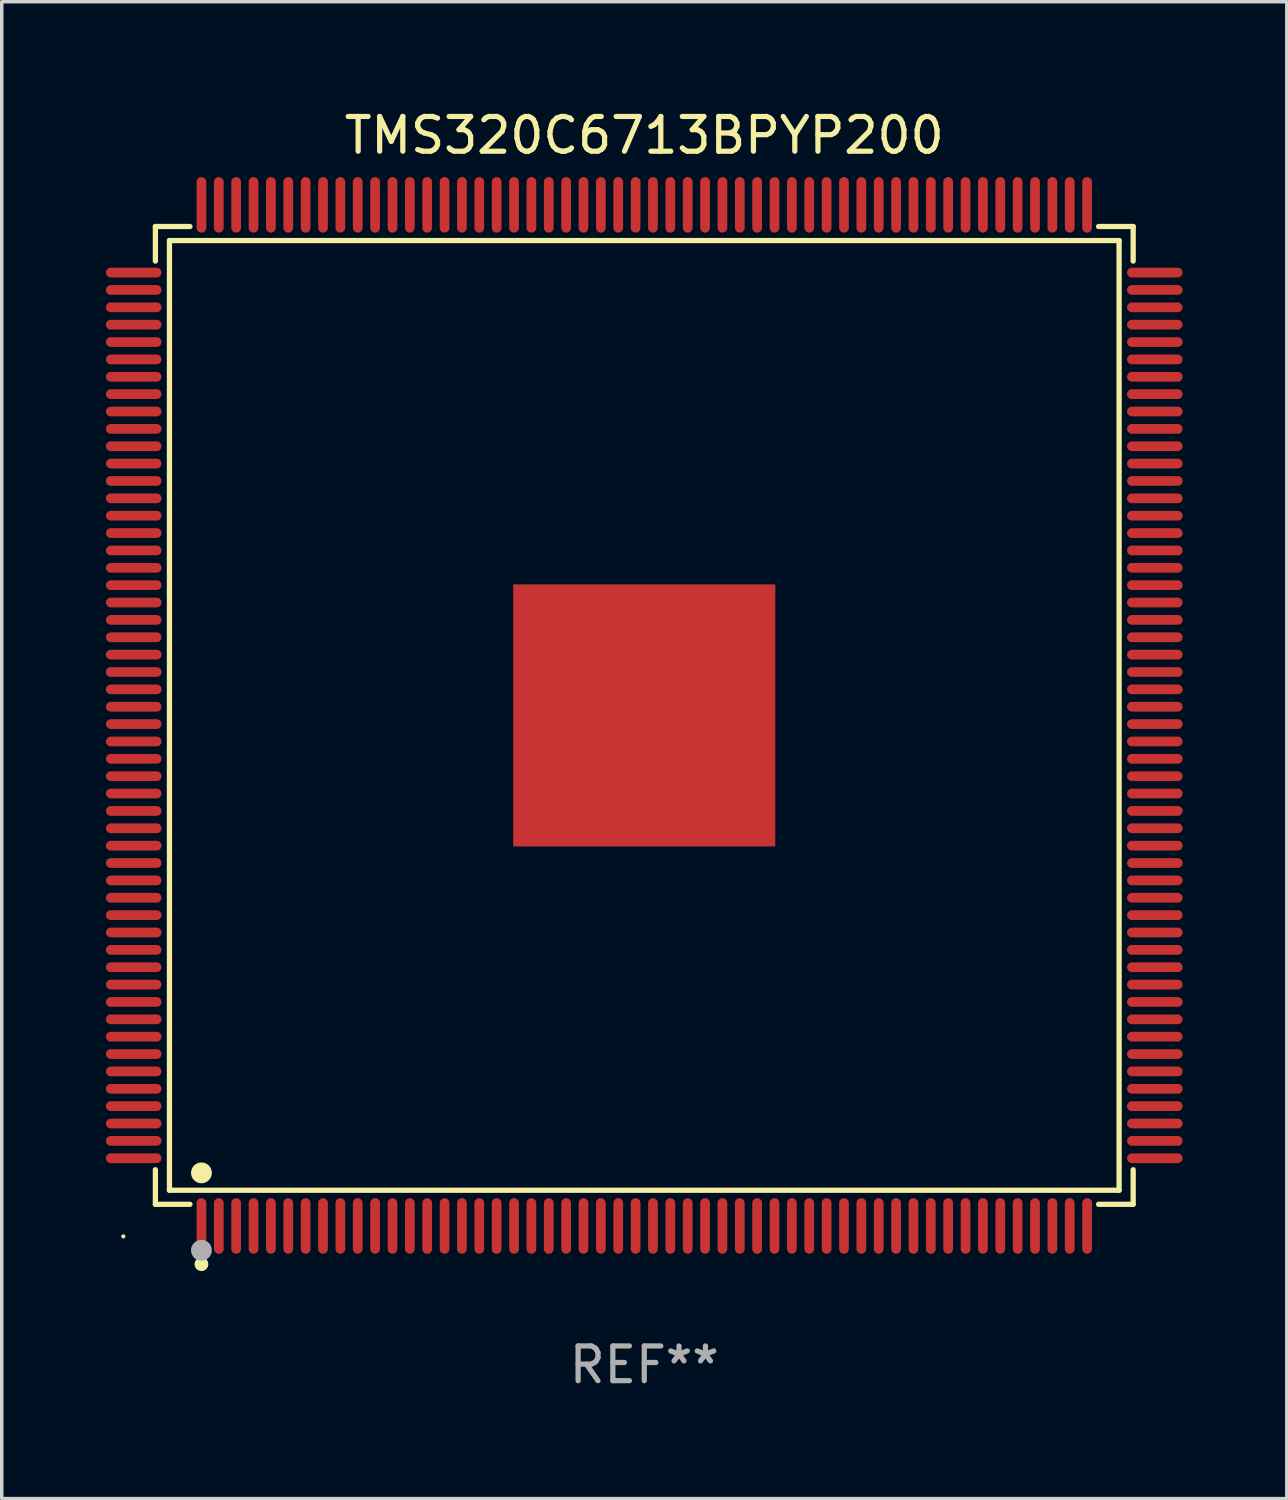
<source format=kicad_pcb>
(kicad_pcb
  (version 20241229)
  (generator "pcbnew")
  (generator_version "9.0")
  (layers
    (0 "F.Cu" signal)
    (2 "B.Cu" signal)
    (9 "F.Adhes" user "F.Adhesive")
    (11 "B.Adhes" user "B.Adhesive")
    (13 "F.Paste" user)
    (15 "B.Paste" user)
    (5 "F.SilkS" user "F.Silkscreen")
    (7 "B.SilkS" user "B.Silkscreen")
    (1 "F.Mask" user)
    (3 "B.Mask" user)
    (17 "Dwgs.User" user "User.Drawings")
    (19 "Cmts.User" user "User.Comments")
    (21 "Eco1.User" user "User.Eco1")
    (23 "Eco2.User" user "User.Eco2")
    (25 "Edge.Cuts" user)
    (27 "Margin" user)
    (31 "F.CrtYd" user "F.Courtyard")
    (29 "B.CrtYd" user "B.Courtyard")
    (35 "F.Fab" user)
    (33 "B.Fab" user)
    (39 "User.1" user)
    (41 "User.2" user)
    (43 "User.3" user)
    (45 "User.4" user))
  (footprint "TMS320C6713BPYP200"
    (layer "F.Cu")
    (at 15.5 17.548)
    (property "Reference" "TMS320C6713BPYP200" (at 0 -16.7 0) (layer "F.SilkS") (effects (font (size 1 1) (thickness 0.15))))
    (attr through_hole)
    (fp_line (start -14.076 -14.076) (end -13.081 -14.076) (stroke (width 0.152) (type solid)) (layer "F.SilkS"))
    (fp_line (start -14.076 -13.081) (end -14.076 -14.076) (stroke (width 0.152) (type solid)) (layer "F.SilkS"))
    (fp_line (start -14.076 13.081) (end -14.076 14.076) (stroke (width 0.152) (type solid)) (layer "F.SilkS"))
    (fp_line (start -14.076 14.076) (end -13.081 14.076) (stroke (width 0.152) (type solid)) (layer "F.SilkS"))
    (fp_line (start -13.671 -13.671) (end 13.671 -13.671) (stroke (width 0.152) (type solid)) (layer "F.SilkS"))
    (fp_line (start -13.671 13.671) (end -13.671 -13.671) (stroke (width 0.152) (type solid)) (layer "F.SilkS"))
    (fp_line (start 13.671 -13.671) (end 13.671 13.671) (stroke (width 0.152) (type solid)) (layer "F.SilkS"))
    (fp_line (start 13.671 13.671) (end -13.671 13.671) (stroke (width 0.152) (type solid)) (layer "F.SilkS"))
    (fp_line (start 14.076 -14.076) (end 13.081 -14.076) (stroke (width 0.152) (type solid)) (layer "F.SilkS"))
    (fp_line (start 14.076 -13.081) (end 14.076 -14.076) (stroke (width 0.152) (type solid)) (layer "F.SilkS"))
    (fp_line (start 14.076 13.081) (end 14.076 14.076) (stroke (width 0.152) (type solid)) (layer "F.SilkS"))
    (fp_line (start 14.076 14.076) (end 13.081 14.076) (stroke (width 0.152) (type solid)) (layer "F.SilkS"))
    (fp_circle (center -15 15) (end -14.97 15) (stroke (width 0.06) (type solid)) (fill no) (layer "F.SilkS"))
    (fp_circle (center -12.75 13.171) (end -12.6 13.171) (stroke (width 0.3) (type solid)) (fill no) (layer "F.SilkS"))
    (fp_circle (center -12.75 15.8) (end -12.65 15.8) (stroke (width 0.2) (type solid)) (fill no) (layer "F.SilkS"))
    (fp_circle (center -12.75 15.4) (end -12.6 15.4) (stroke (width 0.3) (type solid)) (fill no) (layer "F.Fab"))
    (fp_text user "REF**" (at 0 18.7 0) (layer "F.Fab") (effects (font (size 1 1) (thickness 0.15))))
    (pad "1" smd oval (at -12.75 14.7) (size 0.28 1.6) (layers "F.Cu" "F.Mask" "F.Paste"))
    (pad "2" smd oval (at -12.25 14.7) (size 0.28 1.6) (layers "F.Cu" "F.Mask" "F.Paste"))
    (pad "3" smd oval (at -11.75 14.7) (size 0.28 1.6) (layers "F.Cu" "F.Mask" "F.Paste"))
    (pad "4" smd oval (at -11.25 14.7) (size 0.28 1.6) (layers "F.Cu" "F.Mask" "F.Paste"))
    (pad "5" smd oval (at -10.75 14.7) (size 0.28 1.6) (layers "F.Cu" "F.Mask" "F.Paste"))
    (pad "6" smd oval (at -10.25 14.7) (size 0.28 1.6) (layers "F.Cu" "F.Mask" "F.Paste"))
    (pad "7" smd oval (at -9.75 14.7) (size 0.28 1.6) (layers "F.Cu" "F.Mask" "F.Paste"))
    (pad "8" smd oval (at -9.25 14.7) (size 0.28 1.6) (layers "F.Cu" "F.Mask" "F.Paste"))
    (pad "9" smd oval (at -8.75 14.7) (size 0.28 1.6) (layers "F.Cu" "F.Mask" "F.Paste"))
    (pad "10" smd oval (at -8.25 14.7) (size 0.28 1.6) (layers "F.Cu" "F.Mask" "F.Paste"))
    (pad "11" smd oval (at -7.75 14.7) (size 0.28 1.6) (layers "F.Cu" "F.Mask" "F.Paste"))
    (pad "12" smd oval (at -7.25 14.7) (size 0.28 1.6) (layers "F.Cu" "F.Mask" "F.Paste"))
    (pad "13" smd oval (at -6.75 14.7) (size 0.28 1.6) (layers "F.Cu" "F.Mask" "F.Paste"))
    (pad "14" smd oval (at -6.25 14.7) (size 0.28 1.6) (layers "F.Cu" "F.Mask" "F.Paste"))
    (pad "15" smd oval (at -5.75 14.7) (size 0.28 1.6) (layers "F.Cu" "F.Mask" "F.Paste"))
    (pad "16" smd oval (at -5.25 14.7) (size 0.28 1.6) (layers "F.Cu" "F.Mask" "F.Paste"))
    (pad "17" smd oval (at -4.75 14.7) (size 0.28 1.6) (layers "F.Cu" "F.Mask" "F.Paste"))
    (pad "18" smd oval (at -4.25 14.7) (size 0.28 1.6) (layers "F.Cu" "F.Mask" "F.Paste"))
    (pad "19" smd oval (at -3.75 14.7) (size 0.28 1.6) (layers "F.Cu" "F.Mask" "F.Paste"))
    (pad "20" smd oval (at -3.25 14.7) (size 0.28 1.6) (layers "F.Cu" "F.Mask" "F.Paste"))
    (pad "21" smd oval (at -2.75 14.7) (size 0.28 1.6) (layers "F.Cu" "F.Mask" "F.Paste"))
    (pad "22" smd oval (at -2.25 14.7) (size 0.28 1.6) (layers "F.Cu" "F.Mask" "F.Paste"))
    (pad "23" smd oval (at -1.75 14.7) (size 0.28 1.6) (layers "F.Cu" "F.Mask" "F.Paste"))
    (pad "24" smd oval (at -1.25 14.7) (size 0.28 1.6) (layers "F.Cu" "F.Mask" "F.Paste"))
    (pad "25" smd oval (at -0.75 14.7) (size 0.28 1.6) (layers "F.Cu" "F.Mask" "F.Paste"))
    (pad "26" smd oval (at -0.25 14.7) (size 0.28 1.6) (layers "F.Cu" "F.Mask" "F.Paste"))
    (pad "27" smd oval (at 0.25 14.7) (size 0.28 1.6) (layers "F.Cu" "F.Mask" "F.Paste"))
    (pad "28" smd oval (at 0.75 14.7) (size 0.28 1.6) (layers "F.Cu" "F.Mask" "F.Paste"))
    (pad "29" smd oval (at 1.25 14.7) (size 0.28 1.6) (layers "F.Cu" "F.Mask" "F.Paste"))
    (pad "30" smd oval (at 1.75 14.7) (size 0.28 1.6) (layers "F.Cu" "F.Mask" "F.Paste"))
    (pad "31" smd oval (at 2.25 14.7) (size 0.28 1.6) (layers "F.Cu" "F.Mask" "F.Paste"))
    (pad "32" smd oval (at 2.75 14.7) (size 0.28 1.6) (layers "F.Cu" "F.Mask" "F.Paste"))
    (pad "33" smd oval (at 3.25 14.7) (size 0.28 1.6) (layers "F.Cu" "F.Mask" "F.Paste"))
    (pad "34" smd oval (at 3.75 14.7) (size 0.28 1.6) (layers "F.Cu" "F.Mask" "F.Paste"))
    (pad "35" smd oval (at 4.25 14.7) (size 0.28 1.6) (layers "F.Cu" "F.Mask" "F.Paste"))
    (pad "36" smd oval (at 4.75 14.7) (size 0.28 1.6) (layers "F.Cu" "F.Mask" "F.Paste"))
    (pad "37" smd oval (at 5.25 14.7) (size 0.28 1.6) (layers "F.Cu" "F.Mask" "F.Paste"))
    (pad "38" smd oval (at 5.75 14.7) (size 0.28 1.6) (layers "F.Cu" "F.Mask" "F.Paste"))
    (pad "39" smd oval (at 6.25 14.7) (size 0.28 1.6) (layers "F.Cu" "F.Mask" "F.Paste"))
    (pad "40" smd oval (at 6.75 14.7) (size 0.28 1.6) (layers "F.Cu" "F.Mask" "F.Paste"))
    (pad "41" smd oval (at 7.25 14.7) (size 0.28 1.6) (layers "F.Cu" "F.Mask" "F.Paste"))
    (pad "42" smd oval (at 7.75 14.7) (size 0.28 1.6) (layers "F.Cu" "F.Mask" "F.Paste"))
    (pad "43" smd oval (at 8.25 14.7) (size 0.28 1.6) (layers "F.Cu" "F.Mask" "F.Paste"))
    (pad "44" smd oval (at 8.75 14.7) (size 0.28 1.6) (layers "F.Cu" "F.Mask" "F.Paste"))
    (pad "45" smd oval (at 9.25 14.7) (size 0.28 1.6) (layers "F.Cu" "F.Mask" "F.Paste"))
    (pad "46" smd oval (at 9.75 14.7) (size 0.28 1.6) (layers "F.Cu" "F.Mask" "F.Paste"))
    (pad "47" smd oval (at 10.25 14.7) (size 0.28 1.6) (layers "F.Cu" "F.Mask" "F.Paste"))
    (pad "48" smd oval (at 10.75 14.7) (size 0.28 1.6) (layers "F.Cu" "F.Mask" "F.Paste"))
    (pad "49" smd oval (at 11.25 14.7) (size 0.28 1.6) (layers "F.Cu" "F.Mask" "F.Paste"))
    (pad "50" smd oval (at 11.75 14.7) (size 0.28 1.6) (layers "F.Cu" "F.Mask" "F.Paste"))
    (pad "51" smd oval (at 12.25 14.7) (size 0.28 1.6) (layers "F.Cu" "F.Mask" "F.Paste"))
    (pad "52" smd oval (at 12.75 14.7) (size 0.28 1.6) (layers "F.Cu" "F.Mask" "F.Paste"))
    (pad "53" smd oval (at 14.7 12.75) (size 1.6 0.28) (layers "F.Cu" "F.Mask" "F.Paste"))
    (pad "54" smd oval (at 14.7 12.25) (size 1.6 0.28) (layers "F.Cu" "F.Mask" "F.Paste"))
    (pad "55" smd oval (at 14.7 11.75) (size 1.6 0.28) (layers "F.Cu" "F.Mask" "F.Paste"))
    (pad "56" smd oval (at 14.7 11.25) (size 1.6 0.28) (layers "F.Cu" "F.Mask" "F.Paste"))
    (pad "57" smd oval (at 14.7 10.75) (size 1.6 0.28) (layers "F.Cu" "F.Mask" "F.Paste"))
    (pad "58" smd oval (at 14.7 10.25) (size 1.6 0.28) (layers "F.Cu" "F.Mask" "F.Paste"))
    (pad "59" smd oval (at 14.7 9.75) (size 1.6 0.28) (layers "F.Cu" "F.Mask" "F.Paste"))
    (pad "60" smd oval (at 14.7 9.25) (size 1.6 0.28) (layers "F.Cu" "F.Mask" "F.Paste"))
    (pad "61" smd oval (at 14.7 8.75) (size 1.6 0.28) (layers "F.Cu" "F.Mask" "F.Paste"))
    (pad "62" smd oval (at 14.7 8.25) (size 1.6 0.28) (layers "F.Cu" "F.Mask" "F.Paste"))
    (pad "63" smd oval (at 14.7 7.75) (size 1.6 0.28) (layers "F.Cu" "F.Mask" "F.Paste"))
    (pad "64" smd oval (at 14.7 7.25) (size 1.6 0.28) (layers "F.Cu" "F.Mask" "F.Paste"))
    (pad "65" smd oval (at 14.7 6.75) (size 1.6 0.28) (layers "F.Cu" "F.Mask" "F.Paste"))
    (pad "66" smd oval (at 14.7 6.25) (size 1.6 0.28) (layers "F.Cu" "F.Mask" "F.Paste"))
    (pad "67" smd oval (at 14.7 5.75) (size 1.6 0.28) (layers "F.Cu" "F.Mask" "F.Paste"))
    (pad "68" smd oval (at 14.7 5.25) (size 1.6 0.28) (layers "F.Cu" "F.Mask" "F.Paste"))
    (pad "69" smd oval (at 14.7 4.75) (size 1.6 0.28) (layers "F.Cu" "F.Mask" "F.Paste"))
    (pad "70" smd oval (at 14.7 4.25) (size 1.6 0.28) (layers "F.Cu" "F.Mask" "F.Paste"))
    (pad "71" smd oval (at 14.7 3.75) (size 1.6 0.28) (layers "F.Cu" "F.Mask" "F.Paste"))
    (pad "72" smd oval (at 14.7 3.25) (size 1.6 0.28) (layers "F.Cu" "F.Mask" "F.Paste"))
    (pad "73" smd oval (at 14.7 2.75) (size 1.6 0.28) (layers "F.Cu" "F.Mask" "F.Paste"))
    (pad "74" smd oval (at 14.7 2.25) (size 1.6 0.28) (layers "F.Cu" "F.Mask" "F.Paste"))
    (pad "75" smd oval (at 14.7 1.75) (size 1.6 0.28) (layers "F.Cu" "F.Mask" "F.Paste"))
    (pad "76" smd oval (at 14.7 1.25) (size 1.6 0.28) (layers "F.Cu" "F.Mask" "F.Paste"))
    (pad "77" smd oval (at 14.7 0.75) (size 1.6 0.28) (layers "F.Cu" "F.Mask" "F.Paste"))
    (pad "78" smd oval (at 14.7 0.25) (size 1.6 0.28) (layers "F.Cu" "F.Mask" "F.Paste"))
    (pad "79" smd oval (at 14.7 -0.25) (size 1.6 0.28) (layers "F.Cu" "F.Mask" "F.Paste"))
    (pad "80" smd oval (at 14.7 -0.75) (size 1.6 0.28) (layers "F.Cu" "F.Mask" "F.Paste"))
    (pad "81" smd oval (at 14.7 -1.25) (size 1.6 0.28) (layers "F.Cu" "F.Mask" "F.Paste"))
    (pad "82" smd oval (at 14.7 -1.75) (size 1.6 0.28) (layers "F.Cu" "F.Mask" "F.Paste"))
    (pad "83" smd oval (at 14.7 -2.25) (size 1.6 0.28) (layers "F.Cu" "F.Mask" "F.Paste"))
    (pad "84" smd oval (at 14.7 -2.75) (size 1.6 0.28) (layers "F.Cu" "F.Mask" "F.Paste"))
    (pad "85" smd oval (at 14.7 -3.25) (size 1.6 0.28) (layers "F.Cu" "F.Mask" "F.Paste"))
    (pad "86" smd oval (at 14.7 -3.75) (size 1.6 0.28) (layers "F.Cu" "F.Mask" "F.Paste"))
    (pad "87" smd oval (at 14.7 -4.25) (size 1.6 0.28) (layers "F.Cu" "F.Mask" "F.Paste"))
    (pad "88" smd oval (at 14.7 -4.75) (size 1.6 0.28) (layers "F.Cu" "F.Mask" "F.Paste"))
    (pad "89" smd oval (at 14.7 -5.25) (size 1.6 0.28) (layers "F.Cu" "F.Mask" "F.Paste"))
    (pad "90" smd oval (at 14.7 -5.75) (size 1.6 0.28) (layers "F.Cu" "F.Mask" "F.Paste"))
    (pad "91" smd oval (at 14.7 -6.25) (size 1.6 0.28) (layers "F.Cu" "F.Mask" "F.Paste"))
    (pad "92" smd oval (at 14.7 -6.75) (size 1.6 0.28) (layers "F.Cu" "F.Mask" "F.Paste"))
    (pad "93" smd oval (at 14.7 -7.25) (size 1.6 0.28) (layers "F.Cu" "F.Mask" "F.Paste"))
    (pad "94" smd oval (at 14.7 -7.75) (size 1.6 0.28) (layers "F.Cu" "F.Mask" "F.Paste"))
    (pad "95" smd oval (at 14.7 -8.25) (size 1.6 0.28) (layers "F.Cu" "F.Mask" "F.Paste"))
    (pad "96" smd oval (at 14.7 -8.75) (size 1.6 0.28) (layers "F.Cu" "F.Mask" "F.Paste"))
    (pad "97" smd oval (at 14.7 -9.25) (size 1.6 0.28) (layers "F.Cu" "F.Mask" "F.Paste"))
    (pad "98" smd oval (at 14.7 -9.75) (size 1.6 0.28) (layers "F.Cu" "F.Mask" "F.Paste"))
    (pad "99" smd oval (at 14.7 -10.25) (size 1.6 0.28) (layers "F.Cu" "F.Mask" "F.Paste"))
    (pad "100" smd oval (at 14.7 -10.75) (size 1.6 0.28) (layers "F.Cu" "F.Mask" "F.Paste"))
    (pad "101" smd oval (at 14.7 -11.25) (size 1.6 0.28) (layers "F.Cu" "F.Mask" "F.Paste"))
    (pad "102" smd oval (at 14.7 -11.75) (size 1.6 0.28) (layers "F.Cu" "F.Mask" "F.Paste"))
    (pad "103" smd oval (at 14.7 -12.25) (size 1.6 0.28) (layers "F.Cu" "F.Mask" "F.Paste"))
    (pad "104" smd oval (at 14.7 -12.75) (size 1.6 0.28) (layers "F.Cu" "F.Mask" "F.Paste"))
    (pad "105" smd oval (at 12.75 -14.7) (size 0.28 1.6) (layers "F.Cu" "F.Mask" "F.Paste"))
    (pad "106" smd oval (at 12.25 -14.7) (size 0.28 1.6) (layers "F.Cu" "F.Mask" "F.Paste"))
    (pad "107" smd oval (at 11.75 -14.7) (size 0.28 1.6) (layers "F.Cu" "F.Mask" "F.Paste"))
    (pad "108" smd oval (at 11.25 -14.7) (size 0.28 1.6) (layers "F.Cu" "F.Mask" "F.Paste"))
    (pad "109" smd oval (at 10.75 -14.7) (size 0.28 1.6) (layers "F.Cu" "F.Mask" "F.Paste"))
    (pad "110" smd oval (at 10.25 -14.7) (size 0.28 1.6) (layers "F.Cu" "F.Mask" "F.Paste"))
    (pad "111" smd oval (at 9.75 -14.7) (size 0.28 1.6) (layers "F.Cu" "F.Mask" "F.Paste"))
    (pad "112" smd oval (at 9.25 -14.7) (size 0.28 1.6) (layers "F.Cu" "F.Mask" "F.Paste"))
    (pad "113" smd oval (at 8.75 -14.7) (size 0.28 1.6) (layers "F.Cu" "F.Mask" "F.Paste"))
    (pad "114" smd oval (at 8.25 -14.7) (size 0.28 1.6) (layers "F.Cu" "F.Mask" "F.Paste"))
    (pad "115" smd oval (at 7.75 -14.7) (size 0.28 1.6) (layers "F.Cu" "F.Mask" "F.Paste"))
    (pad "116" smd oval (at 7.25 -14.7) (size 0.28 1.6) (layers "F.Cu" "F.Mask" "F.Paste"))
    (pad "117" smd oval (at 6.75 -14.7) (size 0.28 1.6) (layers "F.Cu" "F.Mask" "F.Paste"))
    (pad "118" smd oval (at 6.25 -14.7) (size 0.28 1.6) (layers "F.Cu" "F.Mask" "F.Paste"))
    (pad "119" smd oval (at 5.75 -14.7) (size 0.28 1.6) (layers "F.Cu" "F.Mask" "F.Paste"))
    (pad "120" smd oval (at 5.25 -14.7) (size 0.28 1.6) (layers "F.Cu" "F.Mask" "F.Paste"))
    (pad "121" smd oval (at 4.75 -14.7) (size 0.28 1.6) (layers "F.Cu" "F.Mask" "F.Paste"))
    (pad "122" smd oval (at 4.25 -14.7) (size 0.28 1.6) (layers "F.Cu" "F.Mask" "F.Paste"))
    (pad "123" smd oval (at 3.75 -14.7) (size 0.28 1.6) (layers "F.Cu" "F.Mask" "F.Paste"))
    (pad "124" smd oval (at 3.25 -14.7) (size 0.28 1.6) (layers "F.Cu" "F.Mask" "F.Paste"))
    (pad "125" smd oval (at 2.75 -14.7) (size 0.28 1.6) (layers "F.Cu" "F.Mask" "F.Paste"))
    (pad "126" smd oval (at 2.25 -14.7) (size 0.28 1.6) (layers "F.Cu" "F.Mask" "F.Paste"))
    (pad "127" smd oval (at 1.75 -14.7) (size 0.28 1.6) (layers "F.Cu" "F.Mask" "F.Paste"))
    (pad "128" smd oval (at 1.25 -14.7) (size 0.28 1.6) (layers "F.Cu" "F.Mask" "F.Paste"))
    (pad "129" smd oval (at 0.75 -14.7) (size 0.28 1.6) (layers "F.Cu" "F.Mask" "F.Paste"))
    (pad "130" smd oval (at 0.25 -14.7) (size 0.28 1.6) (layers "F.Cu" "F.Mask" "F.Paste"))
    (pad "131" smd oval (at -0.25 -14.7) (size 0.28 1.6) (layers "F.Cu" "F.Mask" "F.Paste"))
    (pad "132" smd oval (at -0.75 -14.7) (size 0.28 1.6) (layers "F.Cu" "F.Mask" "F.Paste"))
    (pad "133" smd oval (at -1.25 -14.7) (size 0.28 1.6) (layers "F.Cu" "F.Mask" "F.Paste"))
    (pad "134" smd oval (at -1.75 -14.7) (size 0.28 1.6) (layers "F.Cu" "F.Mask" "F.Paste"))
    (pad "135" smd oval (at -2.25 -14.7) (size 0.28 1.6) (layers "F.Cu" "F.Mask" "F.Paste"))
    (pad "136" smd oval (at -2.75 -14.7) (size 0.28 1.6) (layers "F.Cu" "F.Mask" "F.Paste"))
    (pad "137" smd oval (at -3.25 -14.7) (size 0.28 1.6) (layers "F.Cu" "F.Mask" "F.Paste"))
    (pad "138" smd oval (at -3.75 -14.7) (size 0.28 1.6) (layers "F.Cu" "F.Mask" "F.Paste"))
    (pad "139" smd oval (at -4.25 -14.7) (size 0.28 1.6) (layers "F.Cu" "F.Mask" "F.Paste"))
    (pad "140" smd oval (at -4.75 -14.7) (size 0.28 1.6) (layers "F.Cu" "F.Mask" "F.Paste"))
    (pad "141" smd oval (at -5.25 -14.7) (size 0.28 1.6) (layers "F.Cu" "F.Mask" "F.Paste"))
    (pad "142" smd oval (at -5.75 -14.7) (size 0.28 1.6) (layers "F.Cu" "F.Mask" "F.Paste"))
    (pad "143" smd oval (at -6.25 -14.7) (size 0.28 1.6) (layers "F.Cu" "F.Mask" "F.Paste"))
    (pad "144" smd oval (at -6.75 -14.7) (size 0.28 1.6) (layers "F.Cu" "F.Mask" "F.Paste"))
    (pad "145" smd oval (at -7.25 -14.7) (size 0.28 1.6) (layers "F.Cu" "F.Mask" "F.Paste"))
    (pad "146" smd oval (at -7.75 -14.7) (size 0.28 1.6) (layers "F.Cu" "F.Mask" "F.Paste"))
    (pad "147" smd oval (at -8.25 -14.7) (size 0.28 1.6) (layers "F.Cu" "F.Mask" "F.Paste"))
    (pad "148" smd oval (at -8.75 -14.7) (size 0.28 1.6) (layers "F.Cu" "F.Mask" "F.Paste"))
    (pad "149" smd oval (at -9.25 -14.7) (size 0.28 1.6) (layers "F.Cu" "F.Mask" "F.Paste"))
    (pad "150" smd oval (at -9.75 -14.7) (size 0.28 1.6) (layers "F.Cu" "F.Mask" "F.Paste"))
    (pad "151" smd oval (at -10.25 -14.7) (size 0.28 1.6) (layers "F.Cu" "F.Mask" "F.Paste"))
    (pad "152" smd oval (at -10.75 -14.7) (size 0.28 1.6) (layers "F.Cu" "F.Mask" "F.Paste"))
    (pad "153" smd oval (at -11.25 -14.7) (size 0.28 1.6) (layers "F.Cu" "F.Mask" "F.Paste"))
    (pad "154" smd oval (at -11.75 -14.7) (size 0.28 1.6) (layers "F.Cu" "F.Mask" "F.Paste"))
    (pad "155" smd oval (at -12.25 -14.7) (size 0.28 1.6) (layers "F.Cu" "F.Mask" "F.Paste"))
    (pad "156" smd oval (at -12.75 -14.7) (size 0.28 1.6) (layers "F.Cu" "F.Mask" "F.Paste"))
    (pad "157" smd oval (at -14.7 -12.75) (size 1.6 0.28) (layers "F.Cu" "F.Mask" "F.Paste"))
    (pad "158" smd oval (at -14.7 -12.25) (size 1.6 0.28) (layers "F.Cu" "F.Mask" "F.Paste"))
    (pad "159" smd oval (at -14.7 -11.75) (size 1.6 0.28) (layers "F.Cu" "F.Mask" "F.Paste"))
    (pad "160" smd oval (at -14.7 -11.25) (size 1.6 0.28) (layers "F.Cu" "F.Mask" "F.Paste"))
    (pad "161" smd oval (at -14.7 -10.75) (size 1.6 0.28) (layers "F.Cu" "F.Mask" "F.Paste"))
    (pad "162" smd oval (at -14.7 -10.25) (size 1.6 0.28) (layers "F.Cu" "F.Mask" "F.Paste"))
    (pad "163" smd oval (at -14.7 -9.75) (size 1.6 0.28) (layers "F.Cu" "F.Mask" "F.Paste"))
    (pad "164" smd oval (at -14.7 -9.25) (size 1.6 0.28) (layers "F.Cu" "F.Mask" "F.Paste"))
    (pad "165" smd oval (at -14.7 -8.75) (size 1.6 0.28) (layers "F.Cu" "F.Mask" "F.Paste"))
    (pad "166" smd oval (at -14.7 -8.25) (size 1.6 0.28) (layers "F.Cu" "F.Mask" "F.Paste"))
    (pad "167" smd oval (at -14.7 -7.75) (size 1.6 0.28) (layers "F.Cu" "F.Mask" "F.Paste"))
    (pad "168" smd oval (at -14.7 -7.25) (size 1.6 0.28) (layers "F.Cu" "F.Mask" "F.Paste"))
    (pad "169" smd oval (at -14.7 -6.75) (size 1.6 0.28) (layers "F.Cu" "F.Mask" "F.Paste"))
    (pad "170" smd oval (at -14.7 -6.25) (size 1.6 0.28) (layers "F.Cu" "F.Mask" "F.Paste"))
    (pad "171" smd oval (at -14.7 -5.75) (size 1.6 0.28) (layers "F.Cu" "F.Mask" "F.Paste"))
    (pad "172" smd oval (at -14.7 -5.25) (size 1.6 0.28) (layers "F.Cu" "F.Mask" "F.Paste"))
    (pad "173" smd oval (at -14.7 -4.75) (size 1.6 0.28) (layers "F.Cu" "F.Mask" "F.Paste"))
    (pad "174" smd oval (at -14.7 -4.25) (size 1.6 0.28) (layers "F.Cu" "F.Mask" "F.Paste"))
    (pad "175" smd oval (at -14.7 -3.75) (size 1.6 0.28) (layers "F.Cu" "F.Mask" "F.Paste"))
    (pad "176" smd oval (at -14.7 -3.25) (size 1.6 0.28) (layers "F.Cu" "F.Mask" "F.Paste"))
    (pad "177" smd oval (at -14.7 -2.75) (size 1.6 0.28) (layers "F.Cu" "F.Mask" "F.Paste"))
    (pad "178" smd oval (at -14.7 -2.25) (size 1.6 0.28) (layers "F.Cu" "F.Mask" "F.Paste"))
    (pad "179" smd oval (at -14.7 -1.75) (size 1.6 0.28) (layers "F.Cu" "F.Mask" "F.Paste"))
    (pad "180" smd oval (at -14.7 -1.25) (size 1.6 0.28) (layers "F.Cu" "F.Mask" "F.Paste"))
    (pad "181" smd oval (at -14.7 -0.75) (size 1.6 0.28) (layers "F.Cu" "F.Mask" "F.Paste"))
    (pad "182" smd oval (at -14.7 -0.25) (size 1.6 0.28) (layers "F.Cu" "F.Mask" "F.Paste"))
    (pad "183" smd oval (at -14.7 0.25) (size 1.6 0.28) (layers "F.Cu" "F.Mask" "F.Paste"))
    (pad "184" smd oval (at -14.7 0.75) (size 1.6 0.28) (layers "F.Cu" "F.Mask" "F.Paste"))
    (pad "185" smd oval (at -14.7 1.25) (size 1.6 0.28) (layers "F.Cu" "F.Mask" "F.Paste"))
    (pad "186" smd oval (at -14.7 1.75) (size 1.6 0.28) (layers "F.Cu" "F.Mask" "F.Paste"))
    (pad "187" smd oval (at -14.7 2.25) (size 1.6 0.28) (layers "F.Cu" "F.Mask" "F.Paste"))
    (pad "188" smd oval (at -14.7 2.75) (size 1.6 0.28) (layers "F.Cu" "F.Mask" "F.Paste"))
    (pad "189" smd oval (at -14.7 3.25) (size 1.6 0.28) (layers "F.Cu" "F.Mask" "F.Paste"))
    (pad "190" smd oval (at -14.7 3.75) (size 1.6 0.28) (layers "F.Cu" "F.Mask" "F.Paste"))
    (pad "191" smd oval (at -14.7 4.25) (size 1.6 0.28) (layers "F.Cu" "F.Mask" "F.Paste"))
    (pad "192" smd oval (at -14.7 4.75) (size 1.6 0.28) (layers "F.Cu" "F.Mask" "F.Paste"))
    (pad "193" smd oval (at -14.7 5.25) (size 1.6 0.28) (layers "F.Cu" "F.Mask" "F.Paste"))
    (pad "194" smd oval (at -14.7 5.75) (size 1.6 0.28) (layers "F.Cu" "F.Mask" "F.Paste"))
    (pad "195" smd oval (at -14.7 6.25) (size 1.6 0.28) (layers "F.Cu" "F.Mask" "F.Paste"))
    (pad "196" smd oval (at -14.7 6.75) (size 1.6 0.28) (layers "F.Cu" "F.Mask" "F.Paste"))
    (pad "197" smd oval (at -14.7 7.25) (size 1.6 0.28) (layers "F.Cu" "F.Mask" "F.Paste"))
    (pad "198" smd oval (at -14.7 7.75) (size 1.6 0.28) (layers "F.Cu" "F.Mask" "F.Paste"))
    (pad "199" smd oval (at -14.7 8.25) (size 1.6 0.28) (layers "F.Cu" "F.Mask" "F.Paste"))
    (pad "200" smd oval (at -14.7 8.75) (size 1.6 0.28) (layers "F.Cu" "F.Mask" "F.Paste"))
    (pad "201" smd oval (at -14.7 9.25) (size 1.6 0.28) (layers "F.Cu" "F.Mask" "F.Paste"))
    (pad "202" smd oval (at -14.7 9.75) (size 1.6 0.28) (layers "F.Cu" "F.Mask" "F.Paste"))
    (pad "203" smd oval (at -14.7 10.25) (size 1.6 0.28) (layers "F.Cu" "F.Mask" "F.Paste"))
    (pad "204" smd oval (at -14.7 10.75) (size 1.6 0.28) (layers "F.Cu" "F.Mask" "F.Paste"))
    (pad "205" smd oval (at -14.7 11.25) (size 1.6 0.28) (layers "F.Cu" "F.Mask" "F.Paste"))
    (pad "206" smd oval (at -14.7 11.75) (size 1.6 0.28) (layers "F.Cu" "F.Mask" "F.Paste"))
    (pad "207" smd oval (at -14.7 12.25) (size 1.6 0.28) (layers "F.Cu" "F.Mask" "F.Paste"))
    (pad "208" smd oval (at -14.7 12.75) (size 1.6 0.28) (layers "F.Cu" "F.Mask" "F.Paste"))
    (pad "209" smd rect (at 0 0) (size 7.545 7.545) (layers "F.Cu" "F.Mask" "F.Paste")))
  (gr_rect
    (start -3 -3)
    (end 34 40.097)
    (stroke (width 0.1) (type default))
    (fill no)
    (layer "Edge.Cuts")))
</source>
